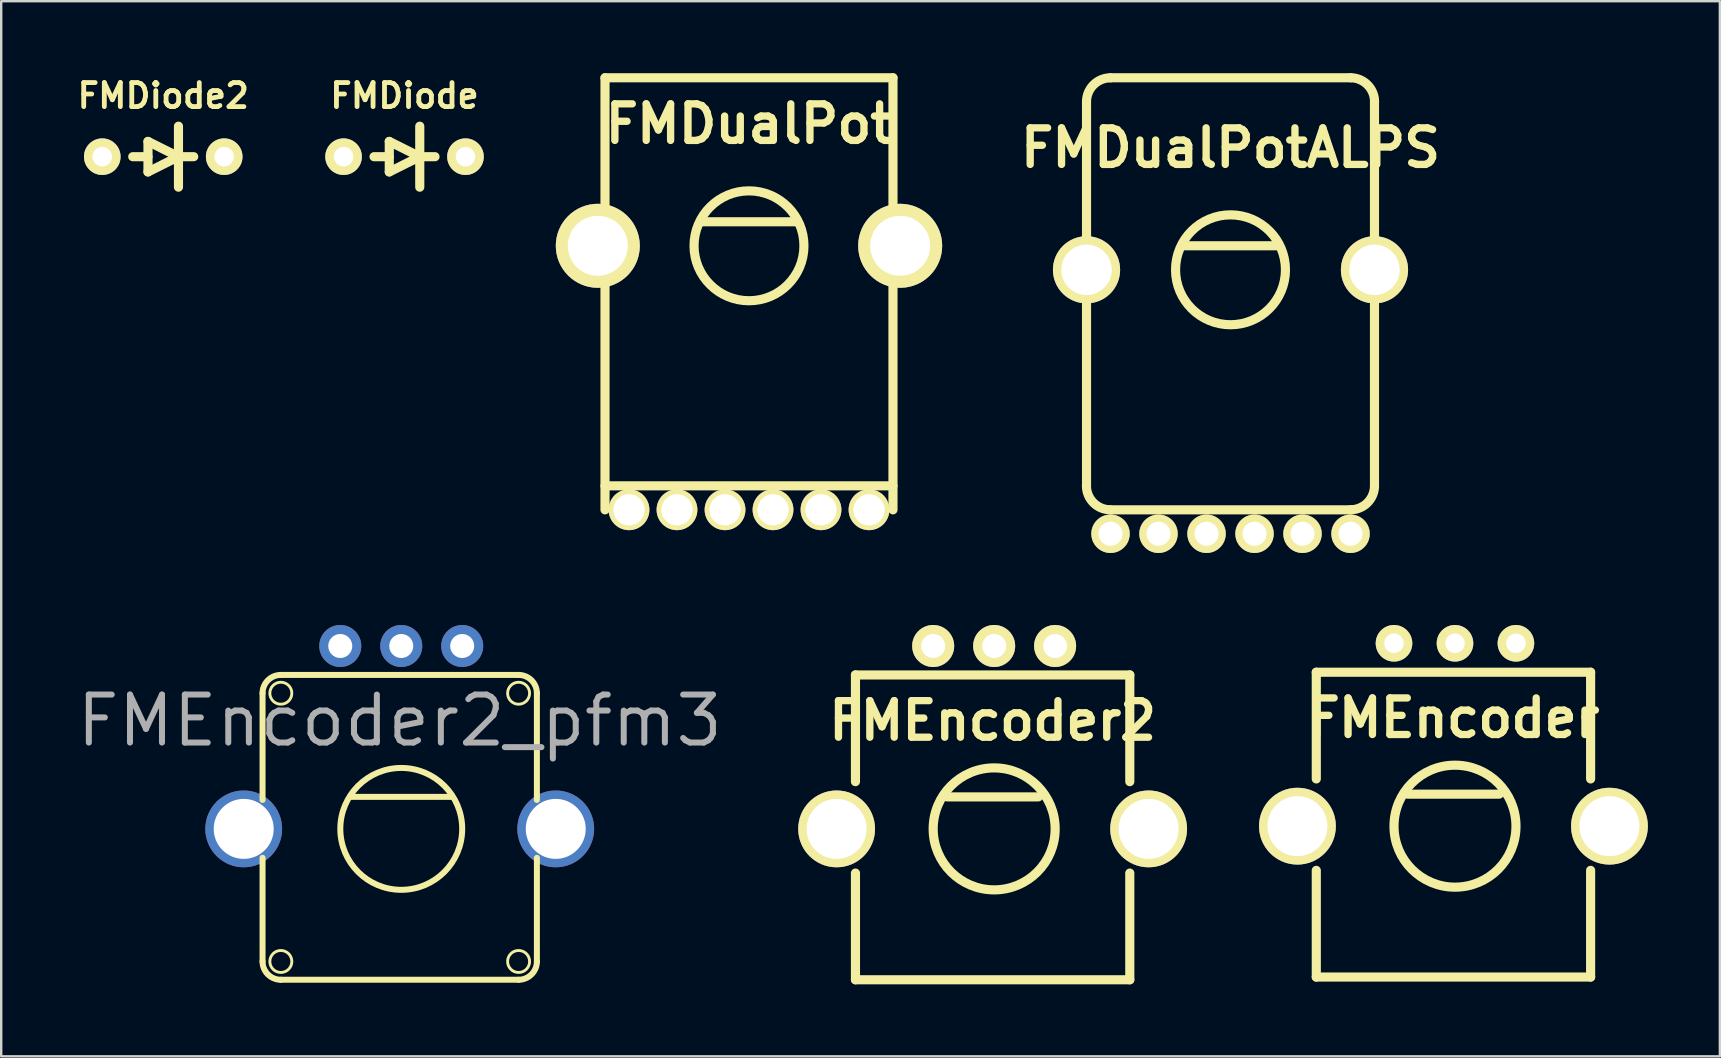
<source format=kicad_pcb>
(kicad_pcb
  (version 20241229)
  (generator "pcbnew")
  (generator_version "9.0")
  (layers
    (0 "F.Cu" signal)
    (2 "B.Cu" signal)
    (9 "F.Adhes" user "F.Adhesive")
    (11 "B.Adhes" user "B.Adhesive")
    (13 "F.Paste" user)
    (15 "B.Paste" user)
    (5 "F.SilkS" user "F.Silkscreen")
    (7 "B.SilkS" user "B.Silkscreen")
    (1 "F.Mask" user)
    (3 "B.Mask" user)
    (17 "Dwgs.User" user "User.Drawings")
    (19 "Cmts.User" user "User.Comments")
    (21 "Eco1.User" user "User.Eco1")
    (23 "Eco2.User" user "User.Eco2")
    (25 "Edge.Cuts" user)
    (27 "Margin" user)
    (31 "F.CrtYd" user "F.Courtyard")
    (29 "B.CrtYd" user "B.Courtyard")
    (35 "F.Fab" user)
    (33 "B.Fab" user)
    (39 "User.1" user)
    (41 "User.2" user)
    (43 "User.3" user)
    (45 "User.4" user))
  (footprint "FMDualPot"
    (layer "F.Cu")
    (at 28.156 7.191)
    (property "Reference" "FMDualPot" (at 0 -5.08 0) (layer "F.SilkS") (effects (font (size 1.524 1.524) (thickness 0.305))))
    (attr through_hole)
    (fp_line (start -5.999 -7) (end -5.999 0) (stroke (width 0.381) (type solid)) (layer "F.SilkS"))
    (fp_line (start -5.999 0) (end -5.999 11.001) (stroke (width 0.381) (type solid)) (layer "F.SilkS"))
    (fp_line (start -5.999 10) (end 5.999 10) (stroke (width 0.381) (type solid)) (layer "F.SilkS"))
    (fp_line (start -1.999 -1.001) (end 1.999 -1.001) (stroke (width 0.381) (type solid)) (layer "F.SilkS"))
    (fp_line (start 5.999 -7) (end -5.999 -7) (stroke (width 0.381) (type solid)) (layer "F.SilkS"))
    (fp_line (start 5.999 11.001) (end 5.999 -7) (stroke (width 0.381) (type solid)) (layer "F.SilkS"))
    (fp_circle (center 0 0) (end 1.27 1.905) (stroke (width 0.381) (type solid)) (fill no) (layer "F.SilkS"))
    (pad "" thru_hole circle (at -6.299 0 270) (size 3.5 3.5) (drill 2.499) (layers "*.Cu" "*.Mask" "F.SilkS"))
    (pad "" thru_hole circle (at 6.299 0 270) (size 3.5 3.5) (drill 2.499) (layers "*.Cu" "*.Mask" "F.SilkS"))
    (pad "1" thru_hole circle (at -3 10.998) (size 1.699 1.699) (drill 1.3) (layers "*.Cu" "*.Mask" "F.SilkS"))
    (pad "2" thru_hole circle (at -4.999 10.998) (size 1.699 1.699) (drill 1.3) (layers "*.Cu" "*.Mask" "F.SilkS"))
    (pad "3" thru_hole circle (at 5.001 10.998) (size 1.699 1.699) (drill 1.3) (layers "*.Cu" "*.Mask" "F.SilkS"))
    (pad "4" thru_hole circle (at -0.998 10.998) (size 1.699 1.699) (drill 1.3) (layers "*.Cu" "*.Mask" "F.SilkS"))
    (pad "5" thru_hole circle (at 1.001 10.998) (size 1.699 1.699) (drill 1.3) (layers "*.Cu" "*.Mask" "F.SilkS"))
    (pad "6" thru_hole circle (at 3 10.998) (size 1.699 1.699) (drill 1.3) (layers "*.Cu" "*.Mask" "F.SilkS")))
  (footprint "FMEncoder2"
    (layer "F.Cu")
    (at 38.307 31.421)
    (property "Reference" "FMEncoder2" (at 0 -4.445 0) (layer "F.SilkS") (effects (font (size 1.524 1.524) (thickness 0.305))))
    (attr through_hole)
    (fp_line (start -5.715 -6.35) (end 5.715 -6.35) (stroke (width 0.381) (type solid)) (layer "F.SilkS"))
    (fp_line (start -5.715 -1.905) (end -5.715 -6.35) (stroke (width 0.381) (type solid)) (layer "F.SilkS"))
    (fp_line (start -5.715 1.905) (end -5.715 6.35) (stroke (width 0.381) (type solid)) (layer "F.SilkS"))
    (fp_line (start -5.715 6.35) (end 5.715 6.35) (stroke (width 0.381) (type solid)) (layer "F.SilkS"))
    (fp_line (start -1.905 -1.27) (end 1.905 -1.27) (stroke (width 0.381) (type solid)) (layer "F.SilkS"))
    (fp_line (start 5.715 -6.35) (end 5.715 -1.905) (stroke (width 0.381) (type solid)) (layer "F.SilkS"))
    (fp_line (start 5.715 6.35) (end 5.715 1.905) (stroke (width 0.381) (type solid)) (layer "F.SilkS"))
    (fp_circle (center 0.064 0.064) (end 0.064 -2.477) (stroke (width 0.381) (type solid)) (fill no) (layer "F.SilkS"))
    (pad "" thru_hole circle (at -6.5 0.064 90) (size 3.2 3.2) (drill 2.499) (layers "*.Cu" "*.Mask" "F.SilkS"))
    (pad "" thru_hole circle (at 6.5 0.064 90) (size 3.2 3.2) (drill 2.499) (layers "*.Cu" "*.Mask" "F.SilkS"))
    (pad "A" thru_hole circle (at -2.477 -7.556 90) (size 1.75 1.75) (drill 1.001) (layers "*.Cu" "*.Mask" "F.SilkS"))
    (pad "B" thru_hole circle (at 2.603 -7.556 90) (size 1.75 1.75) (drill 1.001) (layers "*.Cu" "*.Mask" "F.SilkS"))
    (pad "C" thru_hole circle (at 0.064 -7.556 90) (size 1.75 1.75) (drill 1.001) (layers "*.Cu" "*.Mask" "F.SilkS")))
  (footprint "FMEncoder2_pfm3"
    (layer "F.Cu")
    (at 13.604 31.421)
    (property "Reference" "FMEncoder2_pfm3" (at 0 -4.445 0) (layer "F.Fab") (effects (font (size 2 2) (thickness 0.25))))
    (attr through_hole)
    (fp_line (start -5.715 -1.143) (end -5.715 -5.588) (stroke (width 0.25) (type solid)) (layer "F.SilkS"))
    (fp_line (start -5.715 1.27) (end -5.715 5.588) (stroke (width 0.25) (type solid)) (layer "F.SilkS"))
    (fp_line (start -4.953 -6.35) (end 4.953 -6.35) (stroke (width 0.25) (type solid)) (layer "F.SilkS"))
    (fp_line (start -4.953 6.35) (end 4.953 6.35) (stroke (width 0.25) (type solid)) (layer "F.SilkS"))
    (fp_line (start -2.032 -1.27) (end 2.159 -1.27) (stroke (width 0.25) (type solid)) (layer "F.SilkS"))
    (fp_line (start 5.715 -5.588) (end 5.715 -1.143) (stroke (width 0.25) (type solid)) (layer "F.SilkS"))
    (fp_line (start 5.715 5.588) (end 5.715 1.27) (stroke (width 0.25) (type solid)) (layer "F.SilkS"))
    (fp_arc (start -5.715 -5.588) (mid -5.491815 -6.126815) (end -4.953 -6.35) (stroke (width 0.25) (type solid)) (layer "F.SilkS"))
    (fp_arc (start -4.953 6.35) (mid -5.491815 6.126815) (end -5.715 5.588) (stroke (width 0.25) (type solid)) (layer "F.SilkS"))
    (fp_arc (start 4.953 -6.35) (mid 5.491815 -6.126815) (end 5.715 -5.588) (stroke (width 0.25) (type solid)) (layer "F.SilkS"))
    (fp_arc (start 5.715 5.588) (mid 5.491815 6.126815) (end 4.953 6.35) (stroke (width 0.25) (type solid)) (layer "F.SilkS"))
    (fp_circle (center -4.953 -5.588) (end -4.572 -5.334) (stroke (width 0.12) (type solid)) (fill no) (layer "F.SilkS"))
    (fp_circle (center -4.953 5.588) (end -4.572 5.842) (stroke (width 0.12) (type solid)) (fill no) (layer "F.SilkS"))
    (fp_circle (center 0.064 0.064) (end 2.603 0.064) (stroke (width 0.25) (type solid)) (fill no) (layer "F.SilkS"))
    (fp_circle (center 4.953 -5.588) (end 5.334 -5.334) (stroke (width 0.12) (type solid)) (fill no) (layer "F.SilkS"))
    (fp_circle (center 4.953 5.588) (end 5.334 5.842) (stroke (width 0.12) (type solid)) (fill no) (layer "F.SilkS"))
    (pad "" thru_hole circle (at -6.5 0.064 90) (size 3.2 3.2) (drill 2.499) (layers "*.Cu" "*.Mask"))
    (pad "" thru_hole circle (at 6.5 0.064 90) (size 3.2 3.2) (drill 2.499) (layers "*.Cu" "*.Mask"))
    (pad "A" thru_hole circle (at -2.477 -7.556 90) (size 1.75 1.75) (drill 1.001) (layers "*.Cu" "*.Mask"))
    (pad "B" thru_hole circle (at 2.603 -7.556 90) (size 1.75 1.75) (drill 1.001) (layers "*.Cu" "*.Mask"))
    (pad "C" thru_hole circle (at 0.064 -7.556 90) (size 1.75 1.75) (drill 1.001) (layers "*.Cu" "*.Mask")))
  (footprint "FMDualPotALPS"
    (layer "F.Cu")
    (at 48.218 8.191)
    (property "Reference" "FMDualPotALPS" (at 0 -5.08 0) (layer "F.SilkS") (effects (font (size 1.524 1.524) (thickness 0.305))))
    (attr through_hole)
    (fp_line (start -5.999 8.999) (end -5.999 -7) (stroke (width 0.381) (type solid)) (layer "F.SilkS"))
    (fp_line (start -5.001 -8.001) (end 5.001 -8.001) (stroke (width 0.381) (type solid)) (layer "F.SilkS"))
    (fp_line (start -1.999 -1.001) (end 1.999 -1.001) (stroke (width 0.381) (type solid)) (layer "F.SilkS"))
    (fp_line (start 5.001 10) (end -5.001 10) (stroke (width 0.381) (type solid)) (layer "F.SilkS"))
    (fp_line (start 5.999 -7) (end 5.999 8.999) (stroke (width 0.381) (type solid)) (layer "F.SilkS"))
    (fp_arc (start -5.99948 -7.00024) (mid -5.707108 -7.706088) (end -5.00126 -7.99846) (stroke (width 0.381) (type solid)) (layer "F.SilkS"))
    (fp_arc (start -5.00126 9.99998) (mid -5.708904 9.706864) (end -6.00202 8.99922) (stroke (width 0.381) (type solid)) (layer "F.SilkS"))
    (fp_arc (start 5.00126 -8.001) (mid 5.708904 -7.707884) (end 6.00202 -7.00024) (stroke (width 0.381) (type solid)) (layer "F.SilkS"))
    (fp_arc (start 5.99948 8.99922) (mid 5.707108 9.705068) (end 5.00126 9.99744) (stroke (width 0.381) (type solid)) (layer "F.SilkS"))
    (fp_circle (center 0 0) (end 1.27 1.905) (stroke (width 0.381) (type solid)) (fill no) (layer "F.SilkS"))
    (pad "" thru_hole circle (at -5.999 0 270) (size 2.799 2.799) (drill 2.101) (layers "*.Cu" "*.Mask" "F.SilkS"))
    (pad "" thru_hole circle (at 5.999 0 270) (size 2.799 2.799) (drill 2.101) (layers "*.Cu" "*.Mask" "F.SilkS"))
    (pad "1" thru_hole circle (at -3 10.998) (size 1.6 1.6) (drill 1.001) (layers "*.Cu" "*.Mask" "F.SilkS"))
    (pad "2" thru_hole circle (at -4.999 10.998) (size 1.6 1.6) (drill 1.001) (layers "*.Cu" "*.Mask" "F.SilkS"))
    (pad "3" thru_hole circle (at 5.001 10.998) (size 1.6 1.6) (drill 1.001) (layers "*.Cu" "*.Mask" "F.SilkS"))
    (pad "4" thru_hole circle (at -0.998 10.998) (size 1.6 1.6) (drill 1.001) (layers "*.Cu" "*.Mask" "F.SilkS"))
    (pad "5" thru_hole circle (at 1.001 10.998) (size 1.6 1.6) (drill 1.001) (layers "*.Cu" "*.Mask" "F.SilkS"))
    (pad "6" thru_hole circle (at 3 10.998) (size 1.6 1.6) (drill 1.001) (layers "*.Cu" "*.Mask" "F.SilkS")))
  (footprint "FMEncoder"
    (layer "F.Cu")
    (at 57.507 31.308)
    (property "Reference" "FMEncoder" (at 0 -4.445 0) (layer "F.SilkS") (effects (font (size 1.524 1.524) (thickness 0.305))))
    (attr through_hole)
    (fp_line (start -5.715 -6.35) (end 5.715 -6.35) (stroke (width 0.381) (type solid)) (layer "F.SilkS"))
    (fp_line (start -5.715 -1.905) (end -5.715 -6.35) (stroke (width 0.381) (type solid)) (layer "F.SilkS"))
    (fp_line (start -5.715 1.905) (end -5.715 6.35) (stroke (width 0.381) (type solid)) (layer "F.SilkS"))
    (fp_line (start -5.715 6.35) (end 5.715 6.35) (stroke (width 0.381) (type solid)) (layer "F.SilkS"))
    (fp_line (start -1.905 -1.27) (end 1.905 -1.27) (stroke (width 0.381) (type solid)) (layer "F.SilkS"))
    (fp_line (start 5.715 -6.35) (end 5.715 -1.905) (stroke (width 0.381) (type solid)) (layer "F.SilkS"))
    (fp_line (start 5.715 6.35) (end 5.715 1.905) (stroke (width 0.381) (type solid)) (layer "F.SilkS"))
    (fp_circle (center 0.064 0.064) (end 0.064 -2.477) (stroke (width 0.381) (type solid)) (fill no) (layer "F.SilkS"))
    (pad "" thru_hole circle (at -6.5 0.064 90) (size 3.2 3.2) (drill 2.499) (layers "*.Cu" "*.Mask" "F.SilkS"))
    (pad "" thru_hole circle (at 6.5 0.064 90) (size 3.2 3.2) (drill 2.499) (layers "*.Cu" "*.Mask" "F.SilkS"))
    (pad "0" thru_hole circle (at -2.477 -7.556 90) (size 1.524 1.524) (drill 0.813) (layers "*.Cu" "*.Mask" "F.SilkS"))
    (pad "1" thru_hole circle (at 0.064 -7.556 90) (size 1.524 1.524) (drill 0.813) (layers "*.Cu" "*.Mask" "F.SilkS"))
    (pad "2" thru_hole circle (at 2.603 -7.556 90) (size 1.524 1.524) (drill 0.813) (layers "*.Cu" "*.Mask" "F.SilkS")))
  (footprint "FMDiode"
    (layer "F.Cu")
    (at 13.804 3.478)
    (property "Reference" "FMDiode" (at 0 -2.54 0) (layer "F.SilkS") (effects (font (size 1.001 1.001) (thickness 0.201))))
    (attr through_hole)
    (fp_line (start -0.635 -0.635) (end -0.635 0.635) (stroke (width 0.381) (type solid)) (layer "F.SilkS"))
    (fp_line (start -0.635 -0.635) (end 0.635 0) (stroke (width 0.381) (type solid)) (layer "F.SilkS"))
    (fp_line (start -0.635 0) (end -1.27 0) (stroke (width 0.381) (type solid)) (layer "F.SilkS"))
    (fp_line (start 0.635 -1.27) (end 0.635 1.27) (stroke (width 0.381) (type solid)) (layer "F.SilkS"))
    (fp_line (start 0.635 0) (end -0.635 0.635) (stroke (width 0.381) (type solid)) (layer "F.SilkS"))
    (fp_line (start 0.635 0) (end 1.27 0) (stroke (width 0.381) (type solid)) (layer "F.SilkS"))
    (pad "1" thru_hole circle (at -2.54 0) (size 1.524 1.524) (drill 0.813) (layers "*.Cu" "*.Mask" "F.SilkS"))
    (pad "2" thru_hole circle (at 2.54 0) (size 1.524 1.524) (drill 0.813) (layers "*.Cu" "*.Mask" "F.SilkS")))
  (footprint "FMDiode2"
    (layer "F.Cu")
    (at 3.751 3.478)
    (property "Reference" "FMDiode2" (at 0 -2.54 0) (layer "F.SilkS") (effects (font (size 1.001 1.001) (thickness 0.201))))
    (attr through_hole)
    (fp_line (start -0.635 -0.635) (end -0.635 0.635) (stroke (width 0.381) (type solid)) (layer "F.SilkS"))
    (fp_line (start -0.635 -0.635) (end 0.635 0) (stroke (width 0.381) (type solid)) (layer "F.SilkS"))
    (fp_line (start -0.635 0) (end -1.27 0) (stroke (width 0.381) (type solid)) (layer "F.SilkS"))
    (fp_line (start 0.635 -1.27) (end 0.635 1.27) (stroke (width 0.381) (type solid)) (layer "F.SilkS"))
    (fp_line (start 0.635 0) (end -0.635 0.635) (stroke (width 0.381) (type solid)) (layer "F.SilkS"))
    (fp_line (start 0.635 0) (end 1.27 0) (stroke (width 0.381) (type solid)) (layer "F.SilkS"))
    (pad "1" thru_hole circle (at -2.54 0) (size 1.524 1.524) (drill 0.813) (layers "*.Cu" "*.Mask" "F.SilkS"))
    (pad "2" thru_hole circle (at 2.54 0) (size 1.524 1.524) (drill 0.813) (layers "*.Cu" "*.Mask" "F.SilkS")))
  (gr_rect
    (start -3 -3)
    (end 68.607 40.962)
    (stroke (width 0.1) (type default))
    (fill no)
    (layer "Edge.Cuts")))
</source>
